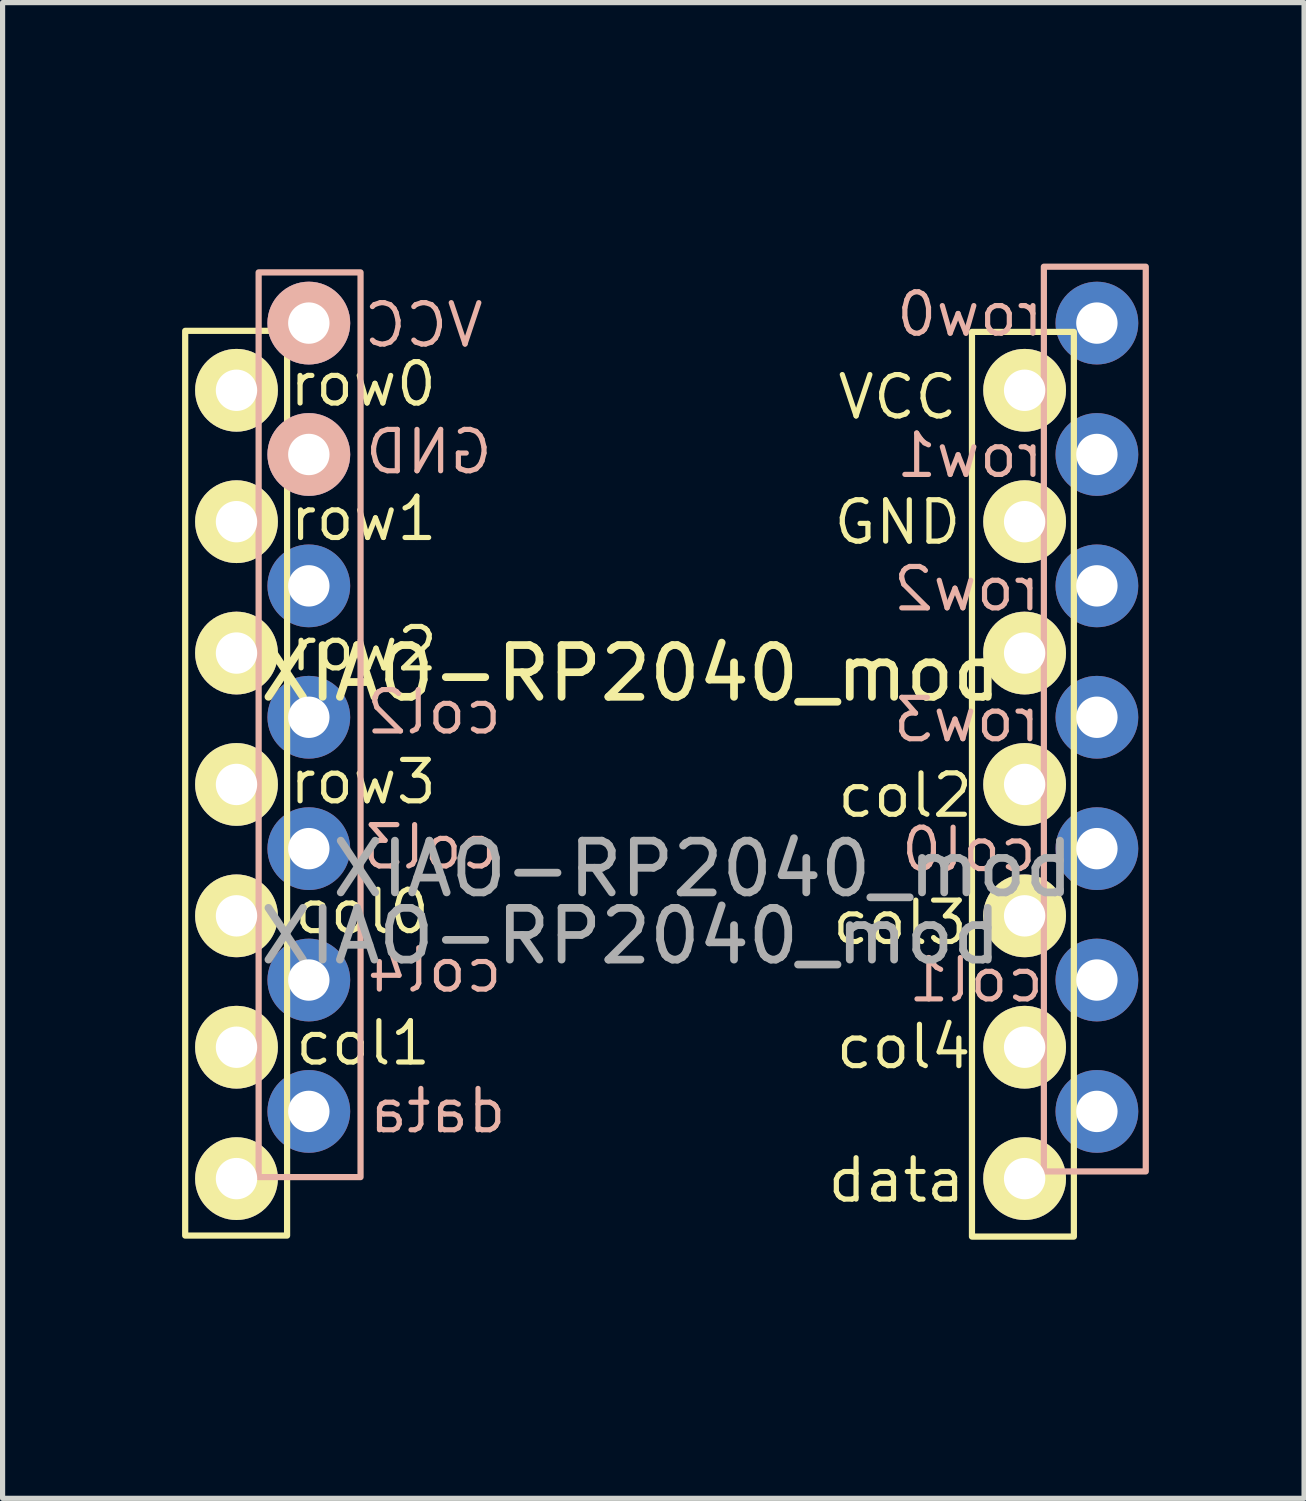
<source format=kicad_pcb>
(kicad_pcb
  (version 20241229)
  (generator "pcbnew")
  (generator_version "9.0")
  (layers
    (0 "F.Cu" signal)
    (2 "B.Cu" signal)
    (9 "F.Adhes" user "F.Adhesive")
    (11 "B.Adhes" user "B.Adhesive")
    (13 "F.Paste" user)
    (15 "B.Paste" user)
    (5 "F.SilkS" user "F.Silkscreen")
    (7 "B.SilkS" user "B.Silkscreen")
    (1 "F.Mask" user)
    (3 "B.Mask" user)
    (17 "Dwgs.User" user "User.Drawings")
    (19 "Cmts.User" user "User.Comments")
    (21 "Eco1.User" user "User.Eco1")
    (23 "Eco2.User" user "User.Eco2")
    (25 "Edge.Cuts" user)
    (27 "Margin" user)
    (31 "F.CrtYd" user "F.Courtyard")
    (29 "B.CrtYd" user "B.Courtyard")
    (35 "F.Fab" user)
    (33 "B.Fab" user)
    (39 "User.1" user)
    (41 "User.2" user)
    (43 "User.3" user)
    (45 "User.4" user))
  (footprint "XIAO-RP2040_mod"
    (layer "F.Cu")
    (at 0.25 22.666)
    (property "Reference" "XIAO-RP2040_mod" (at 8.89 -12.7 0) (unlocked yes) (layer "F.SilkS") (effects (font (size 1 1) (thickness 0.15))))
    (attr through_hole)
    (fp_rect (start 0.28 -19.32) (end 2.25 -1.83) (stroke (width 0.12) (type solid)) (fill no) (layer "F.SilkS"))
    (fp_rect (start 15.49 -19.3) (end 17.46 -1.81) (stroke (width 0.12) (type solid)) (fill no) (layer "F.SilkS"))
    (fp_rect (start 1.7 -20.45) (end 3.67 -2.96) (stroke (width 0.12) (type solid)) (fill no) (layer "B.SilkS"))
    (fp_rect (start 16.88 -20.56) (end 18.85 -3.07) (stroke (width 0.12) (type solid)) (fill no) (layer "B.SilkS"))
    (fp_line (start 0 -1.27) (end 0 -19.812) (stroke (width 0.12) (type solid)) (layer "User.3"))
    (fp_line (start 16.51 -21.082) (end 1.27 -21.082) (stroke (width 0.12) (type solid)) (layer "User.3"))
    (fp_line (start 16.51 0) (end 1.27 0) (stroke (width 0.12) (type solid)) (layer "User.3"))
    (fp_line (start 17.78 -19.812) (end 17.78 -1.27) (stroke (width 0.12) (type solid)) (layer "User.3"))
    (fp_rect (start 4.39 -21.082) (end 13.39 -22.606) (stroke (width 0.12) (type solid)) (fill no) (layer "User.3"))
    (fp_text user "col0" (at 3.7 -8.09 0) (unlocked yes) (layer "F.SilkS") (effects (font (size 0.8 0.8) (thickness 0.1))))
    (fp_text user "col2" (at 14.2 -10.34 0) (unlocked yes) (layer "F.SilkS") (effects (font (size 0.8 0.8) (thickness 0.1))))
    (fp_text user "row1" (at 3.73 -15.69 0) (unlocked yes) (layer "F.SilkS") (effects (font (size 0.8 0.8) (thickness 0.1))))
    (fp_text user "row3" (at 3.72 -10.6 0) (unlocked yes) (layer "F.SilkS") (effects (font (size 0.8 0.8) (thickness 0.1))))
    (fp_text user "VCC" (at 14.05 -18.04 0) (unlocked yes) (layer "F.SilkS") (effects (font (size 0.8 0.8) (thickness 0.1))))
    (fp_text user "col4" (at 14.17 -5.48 0) (unlocked yes) (layer "F.SilkS") (effects (font (size 0.8 0.8) (thickness 0.1))))
    (fp_text user "data" (at 14.03 -2.9 0) (unlocked yes) (layer "F.SilkS") (effects (font (size 0.8 0.8) (thickness 0.1))))
    (fp_text user "col3" (at 14.1 -7.88 0) (unlocked yes) (layer "F.SilkS") (effects (font (size 0.8 0.8) (thickness 0.1))))
    (fp_text user "row2" (at 3.74 -13.17 0) (unlocked yes) (layer "F.SilkS") (effects (font (size 0.8 0.8) (thickness 0.1))))
    (fp_text user "row0" (at 3.72 -18.29 0) (unlocked yes) (layer "F.SilkS") (effects (font (size 0.8 0.8) (thickness 0.1))))
    (fp_text user "GND" (at 14.05 -15.62 0) (unlocked yes) (layer "F.SilkS") (effects (font (size 0.8 0.8) (thickness 0.1))))
    (fp_text user "col1" (at 3.72 -5.55 0) (unlocked yes) (layer "F.SilkS") (effects (font (size 0.8 0.8) (thickness 0.1))))
    (fp_text user "GND" (at 4.99 -16.98 0) (unlocked yes) (layer "B.SilkS") (effects (font (size 0.8 0.8) (thickness 0.1)) (justify mirror)))
    (fp_text user "col4" (at 5.1 -6.96 0) (unlocked yes) (layer "B.SilkS") (effects (font (size 0.8 0.8) (thickness 0.1)) (justify mirror)))
    (fp_text user "data" (at 5.16 -4.24 0) (unlocked yes) (layer "B.SilkS") (effects (font (size 0.8 0.8) (thickness 0.1)) (justify mirror)))
    (fp_text user "row1" (at 15.45 -16.91 0) (unlocked yes) (layer "B.SilkS") (effects (font (size 0.8 0.8) (thickness 0.1)) (justify mirror)))
    (fp_text user "col0" (at 15.43 -9.29 0) (unlocked yes) (layer "B.SilkS") (effects (font (size 0.8 0.8) (thickness 0.1)) (justify mirror)))
    (fp_text user "row0" (at 15.45 -19.64 0) (unlocked yes) (layer "B.SilkS") (effects (font (size 0.8 0.8) (thickness 0.1)) (justify mirror)))
    (fp_text user "col1" (at 15.57 -6.77 0) (unlocked yes) (layer "B.SilkS") (effects (font (size 0.8 0.8) (thickness 0.1)) (justify mirror)))
    (fp_text user "col2" (at 5.09 -11.95 0) (unlocked yes) (layer "B.SilkS") (effects (font (size 0.8 0.8) (thickness 0.1)) (justify mirror)))
    (fp_text user "VCC" (at 4.89 -19.43 0) (unlocked yes) (layer "B.SilkS") (effects (font (size 0.8 0.8) (thickness 0.1)) (justify mirror)))
    (fp_text user "row2" (at 15.39 -14.33 0) (unlocked yes) (layer "B.SilkS") (effects (font (size 0.8 0.8) (thickness 0.1)) (justify mirror)))
    (fp_text user "col3" (at 5.02 -9.34 0) (unlocked yes) (layer "B.SilkS") (effects (font (size 0.8 0.8) (thickness 0.1)) (justify mirror)))
    (fp_text user "row3" (at 15.39 -11.8 0) (unlocked yes) (layer "B.SilkS") (effects (font (size 0.8 0.8) (thickness 0.1)) (justify mirror)))
    (fp_text user "${REFERENCE}" (at 8.89 -7.62 0) (unlocked yes) (layer "F.Fab") (effects (font (size 1 1) (thickness 0.15))))
    (fp_text user "${REFERENCE}" (at 10.287 -8.919 0) (unlocked yes) (layer "F.Fab") (effects (font (size 1 1) (thickness 0.15))))
    (pad "1" thru_hole circle (at 1.272 -18.171) (size 1.6 1.6) (drill 0.8) (layers "*.Cu" "*.Mask" "F.SilkS"))
    (pad "1" thru_hole circle (at 17.905 -19.47) (size 1.6 1.6) (drill 0.8) (layers "*.Cu" "*.Mask"))
    (pad "2" thru_hole circle (at 1.272 -15.631) (size 1.6 1.6) (drill 0.8) (layers "*.Cu" "*.Mask" "F.SilkS"))
    (pad "2" thru_hole circle (at 17.905 -16.93) (size 1.6 1.6) (drill 0.8) (layers "*.Cu" "*.Mask"))
    (pad "3" thru_hole circle (at 1.272 -13.091) (size 1.6 1.6) (drill 0.8) (layers "*.Cu" "*.Mask" "F.SilkS"))
    (pad "3" thru_hole circle (at 17.905 -14.39) (size 1.6 1.6) (drill 0.8) (layers "*.Cu" "*.Mask"))
    (pad "4" thru_hole circle (at 1.272 -10.551) (size 1.6 1.6) (drill 0.8) (layers "*.Cu" "*.Mask" "F.SilkS"))
    (pad "4" thru_hole circle (at 17.905 -11.85) (size 1.6 1.6) (drill 0.8) (layers "*.Cu" "*.Mask"))
    (pad "5" thru_hole circle (at 1.272 -8.011) (size 1.6 1.6) (drill 0.8) (layers "*.Cu" "*.Mask" "F.SilkS"))
    (pad "5" thru_hole circle (at 17.905 -9.31) (size 1.6 1.6) (drill 0.8) (layers "*.Cu" "*.Mask"))
    (pad "6" thru_hole circle (at 1.272 -5.471) (size 1.6 1.6) (drill 0.8) (layers "*.Cu" "*.Mask" "F.SilkS"))
    (pad "6" thru_hole circle (at 17.905 -6.77) (size 1.6 1.6) (drill 0.8) (layers "*.Cu" "*.Mask"))
    (pad "7" thru_hole circle (at 1.272 -2.931) (size 1.6 1.6) (drill 0.8) (layers "*.Cu" "*.Mask" "F.SilkS"))
    (pad "7" thru_hole circle (at 17.905 -4.23) (size 1.6 1.6) (drill 0.8) (layers "*.Cu" "*.Mask"))
    (pad "8" thru_hole circle (at 2.67 -4.23) (size 1.6 1.6) (drill 0.8) (layers "*.Cu" "*.Mask"))
    (pad "8" thru_hole circle (at 16.508 -2.931) (size 1.6 1.6) (drill 0.8) (layers "*.Cu" "*.Mask" "F.SilkS"))
    (pad "9" thru_hole circle (at 2.67 -6.77) (size 1.6 1.6) (drill 0.8) (layers "*.Cu" "*.Mask"))
    (pad "9" thru_hole circle (at 16.508 -5.471) (size 1.6 1.6) (drill 0.8) (layers "*.Cu" "*.Mask" "F.SilkS"))
    (pad "10" thru_hole circle (at 2.67 -9.31) (size 1.6 1.6) (drill 0.8) (layers "*.Cu" "*.Mask"))
    (pad "10" thru_hole circle (at 16.508 -8.011) (size 1.6 1.6) (drill 0.8) (layers "*.Cu" "*.Mask" "F.SilkS"))
    (pad "11" thru_hole circle (at 2.67 -11.85) (size 1.6 1.6) (drill 0.8) (layers "*.Cu" "*.Mask"))
    (pad "11" thru_hole circle (at 16.508 -10.551) (size 1.6 1.6) (drill 0.8) (layers "*.Cu" "*.Mask" "F.SilkS"))
    (pad "12" thru_hole circle (at 2.67 -14.39) (size 1.6 1.6) (drill 0.8) (layers "*.Cu" "*.Mask"))
    (pad "12" thru_hole circle (at 16.508 -13.091) (size 1.6 1.6) (drill 0.8) (layers "*.Cu" "*.Mask" "F.SilkS"))
    (pad "13" thru_hole circle (at 2.67 -16.93) (size 1.6 1.6) (drill 0.8) (layers "*.Cu" "*.Mask" "B.SilkS"))
    (pad "13" thru_hole circle (at 16.508 -15.631) (size 1.6 1.6) (drill 0.8) (layers "*.Cu" "*.Mask" "F.SilkS"))
    (pad "14" thru_hole circle (at 2.67 -19.47) (size 1.6 1.6) (drill 0.8) (layers "*.Cu" "*.Mask" "B.SilkS"))
    (pad "14" thru_hole circle (at 16.508 -18.171) (size 1.6 1.6) (drill 0.8) (layers "*.Cu" "*.Mask" "F.SilkS")))
  (gr_rect
    (start -3 -3)
    (end 22.16 25.916)
    (stroke (width 0.1) (type default))
    (fill no)
    (layer "Edge.Cuts")))
</source>
